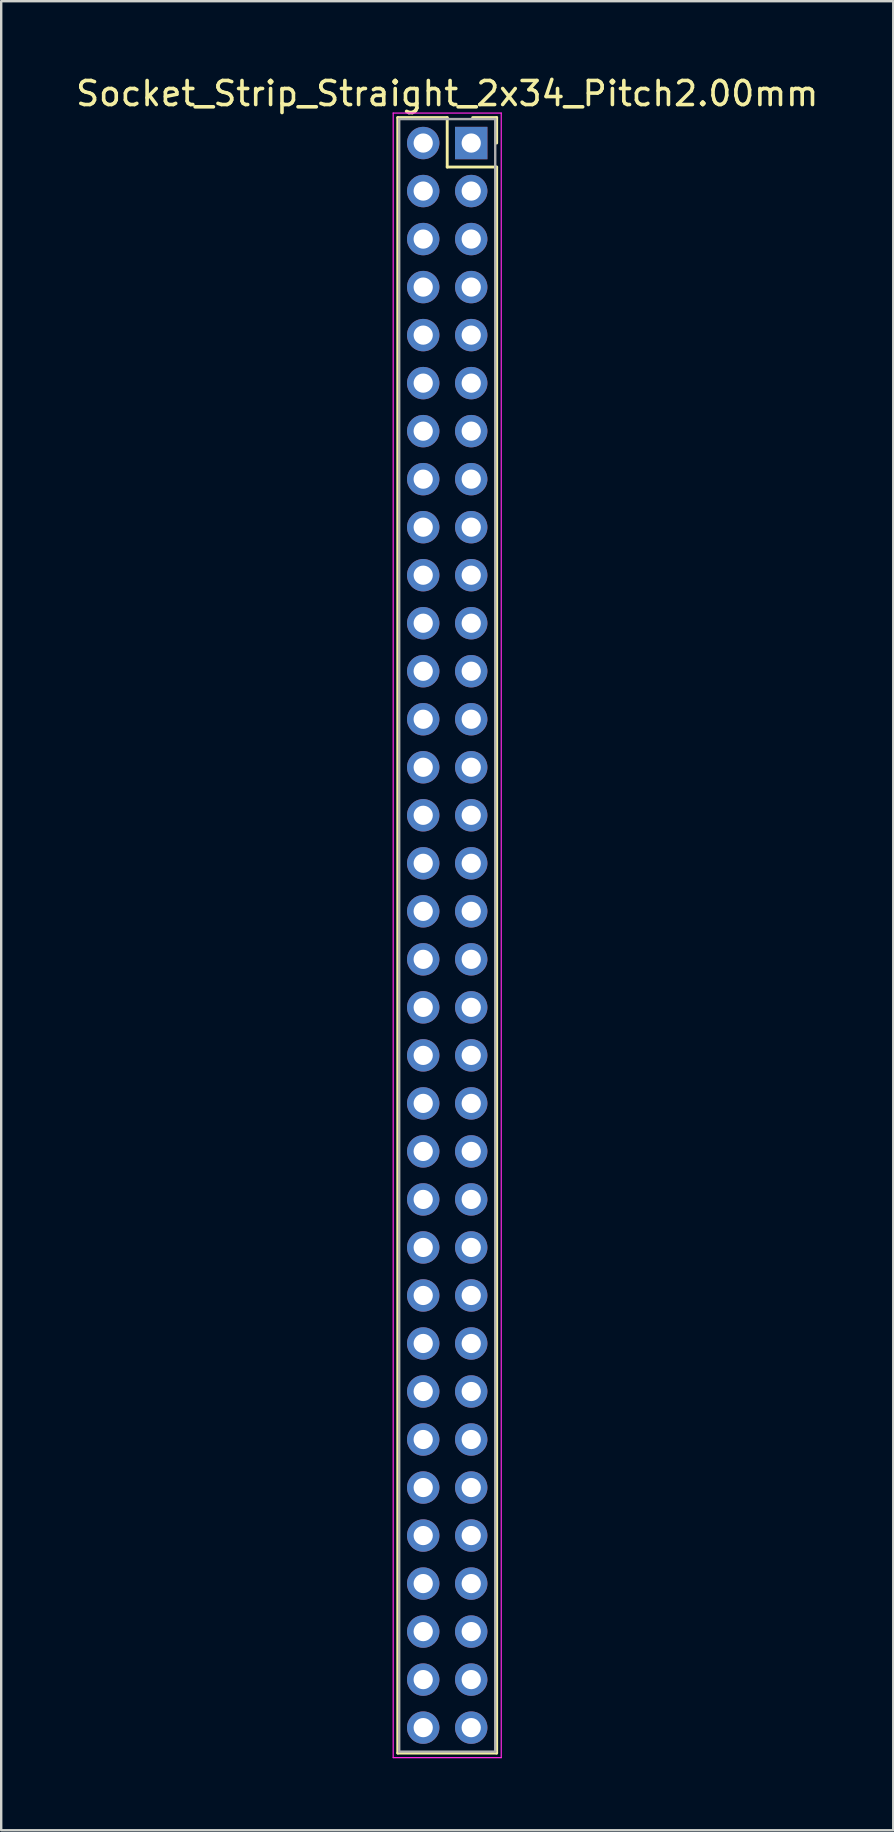
<source format=kicad_pcb>
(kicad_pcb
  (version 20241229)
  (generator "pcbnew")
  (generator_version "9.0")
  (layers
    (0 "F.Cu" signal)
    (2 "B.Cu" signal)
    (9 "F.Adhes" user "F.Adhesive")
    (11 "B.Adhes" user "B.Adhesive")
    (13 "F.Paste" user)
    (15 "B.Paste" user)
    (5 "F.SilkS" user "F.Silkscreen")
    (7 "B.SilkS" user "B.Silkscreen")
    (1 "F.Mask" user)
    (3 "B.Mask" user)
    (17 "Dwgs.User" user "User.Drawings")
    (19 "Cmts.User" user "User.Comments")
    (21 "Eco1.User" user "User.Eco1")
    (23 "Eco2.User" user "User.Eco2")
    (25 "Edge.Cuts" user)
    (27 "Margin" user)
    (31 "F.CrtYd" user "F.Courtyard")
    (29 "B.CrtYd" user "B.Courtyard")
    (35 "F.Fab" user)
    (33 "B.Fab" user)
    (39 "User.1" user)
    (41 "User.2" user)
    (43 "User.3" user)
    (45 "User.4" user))
  (footprint "Socket_Strip_Straight_2x34_Pitch2.00mm"
    (layer "F.Cu")
    (at 16.577 2.908)
    (property "Reference" "Socket_Strip_Straight_2x34_Pitch2.00mm" (at -1 -2.06 0) (layer "F.SilkS") (effects (font (size 1 1) (thickness 0.15))))
    (attr through_hole)
    (fp_line (start -3.06 -1.06) (end -1 -1.06) (stroke (width 0.12) (type solid)) (layer "F.SilkS"))
    (fp_line (start -3.06 67.06) (end -3.06 -1.06) (stroke (width 0.12) (type solid)) (layer "F.SilkS"))
    (fp_line (start -1 -1.06) (end -1 1) (stroke (width 0.12) (type solid)) (layer "F.SilkS"))
    (fp_line (start -1 1) (end 1.06 1) (stroke (width 0.12) (type solid)) (layer "F.SilkS"))
    (fp_line (start 1.06 -1.06) (end 0.06 -1.06) (stroke (width 0.12) (type solid)) (layer "F.SilkS"))
    (fp_line (start 1.06 0) (end 1.06 -1.06) (stroke (width 0.12) (type solid)) (layer "F.SilkS"))
    (fp_line (start 1.06 1) (end 1.06 67.06) (stroke (width 0.12) (type solid)) (layer "F.SilkS"))
    (fp_line (start 1.06 67.06) (end -3.06 67.06) (stroke (width 0.12) (type solid)) (layer "F.SilkS"))
    (fp_line (start -3.25 -1.25) (end -3.25 67.25) (stroke (width 0.05) (type solid)) (layer "F.CrtYd"))
    (fp_line (start -3.25 67.25) (end 1.25 67.25) (stroke (width 0.05) (type solid)) (layer "F.CrtYd"))
    (fp_line (start 1.25 -1.25) (end -3.25 -1.25) (stroke (width 0.05) (type solid)) (layer "F.CrtYd"))
    (fp_line (start 1.25 67.25) (end 1.25 -1.25) (stroke (width 0.05) (type solid)) (layer "F.CrtYd"))
    (fp_line (start -3 -1) (end -3 67) (stroke (width 0.1) (type solid)) (layer "F.Fab"))
    (fp_line (start -3 67) (end 1 67) (stroke (width 0.1) (type solid)) (layer "F.Fab"))
    (fp_line (start 1 -1) (end -3 -1) (stroke (width 0.1) (type solid)) (layer "F.Fab"))
    (fp_line (start 1 67) (end 1 -1) (stroke (width 0.1) (type solid)) (layer "F.Fab"))
    (pad "1" thru_hole rect (at 0 0) (size 1.35 1.35) (drill 0.8) (layers "*.Cu" "*.Mask"))
    (pad "2" thru_hole oval (at -2 0) (size 1.35 1.35) (drill 0.8) (layers "*.Cu" "*.Mask"))
    (pad "3" thru_hole oval (at 0 2) (size 1.35 1.35) (drill 0.8) (layers "*.Cu" "*.Mask"))
    (pad "4" thru_hole oval (at -2 2) (size 1.35 1.35) (drill 0.8) (layers "*.Cu" "*.Mask"))
    (pad "5" thru_hole oval (at 0 4) (size 1.35 1.35) (drill 0.8) (layers "*.Cu" "*.Mask"))
    (pad "6" thru_hole oval (at -2 4) (size 1.35 1.35) (drill 0.8) (layers "*.Cu" "*.Mask"))
    (pad "7" thru_hole oval (at 0 6) (size 1.35 1.35) (drill 0.8) (layers "*.Cu" "*.Mask"))
    (pad "8" thru_hole oval (at -2 6) (size 1.35 1.35) (drill 0.8) (layers "*.Cu" "*.Mask"))
    (pad "9" thru_hole oval (at 0 8) (size 1.35 1.35) (drill 0.8) (layers "*.Cu" "*.Mask"))
    (pad "10" thru_hole oval (at -2 8) (size 1.35 1.35) (drill 0.8) (layers "*.Cu" "*.Mask"))
    (pad "11" thru_hole oval (at 0 10) (size 1.35 1.35) (drill 0.8) (layers "*.Cu" "*.Mask"))
    (pad "12" thru_hole oval (at -2 10) (size 1.35 1.35) (drill 0.8) (layers "*.Cu" "*.Mask"))
    (pad "13" thru_hole oval (at 0 12) (size 1.35 1.35) (drill 0.8) (layers "*.Cu" "*.Mask"))
    (pad "14" thru_hole oval (at -2 12) (size 1.35 1.35) (drill 0.8) (layers "*.Cu" "*.Mask"))
    (pad "15" thru_hole oval (at 0 14) (size 1.35 1.35) (drill 0.8) (layers "*.Cu" "*.Mask"))
    (pad "16" thru_hole oval (at -2 14) (size 1.35 1.35) (drill 0.8) (layers "*.Cu" "*.Mask"))
    (pad "17" thru_hole oval (at 0 16) (size 1.35 1.35) (drill 0.8) (layers "*.Cu" "*.Mask"))
    (pad "18" thru_hole oval (at -2 16) (size 1.35 1.35) (drill 0.8) (layers "*.Cu" "*.Mask"))
    (pad "19" thru_hole oval (at 0 18) (size 1.35 1.35) (drill 0.8) (layers "*.Cu" "*.Mask"))
    (pad "20" thru_hole oval (at -2 18) (size 1.35 1.35) (drill 0.8) (layers "*.Cu" "*.Mask"))
    (pad "21" thru_hole oval (at 0 20) (size 1.35 1.35) (drill 0.8) (layers "*.Cu" "*.Mask"))
    (pad "22" thru_hole oval (at -2 20) (size 1.35 1.35) (drill 0.8) (layers "*.Cu" "*.Mask"))
    (pad "23" thru_hole oval (at 0 22) (size 1.35 1.35) (drill 0.8) (layers "*.Cu" "*.Mask"))
    (pad "24" thru_hole oval (at -2 22) (size 1.35 1.35) (drill 0.8) (layers "*.Cu" "*.Mask"))
    (pad "25" thru_hole oval (at 0 24) (size 1.35 1.35) (drill 0.8) (layers "*.Cu" "*.Mask"))
    (pad "26" thru_hole oval (at -2 24) (size 1.35 1.35) (drill 0.8) (layers "*.Cu" "*.Mask"))
    (pad "27" thru_hole oval (at 0 26) (size 1.35 1.35) (drill 0.8) (layers "*.Cu" "*.Mask"))
    (pad "28" thru_hole oval (at -2 26) (size 1.35 1.35) (drill 0.8) (layers "*.Cu" "*.Mask"))
    (pad "29" thru_hole oval (at 0 28) (size 1.35 1.35) (drill 0.8) (layers "*.Cu" "*.Mask"))
    (pad "30" thru_hole oval (at -2 28) (size 1.35 1.35) (drill 0.8) (layers "*.Cu" "*.Mask"))
    (pad "31" thru_hole oval (at 0 30) (size 1.35 1.35) (drill 0.8) (layers "*.Cu" "*.Mask"))
    (pad "32" thru_hole oval (at -2 30) (size 1.35 1.35) (drill 0.8) (layers "*.Cu" "*.Mask"))
    (pad "33" thru_hole oval (at 0 32) (size 1.35 1.35) (drill 0.8) (layers "*.Cu" "*.Mask"))
    (pad "34" thru_hole oval (at -2 32) (size 1.35 1.35) (drill 0.8) (layers "*.Cu" "*.Mask"))
    (pad "35" thru_hole oval (at 0 34) (size 1.35 1.35) (drill 0.8) (layers "*.Cu" "*.Mask"))
    (pad "36" thru_hole oval (at -2 34) (size 1.35 1.35) (drill 0.8) (layers "*.Cu" "*.Mask"))
    (pad "37" thru_hole oval (at 0 36) (size 1.35 1.35) (drill 0.8) (layers "*.Cu" "*.Mask"))
    (pad "38" thru_hole oval (at -2 36) (size 1.35 1.35) (drill 0.8) (layers "*.Cu" "*.Mask"))
    (pad "39" thru_hole oval (at 0 38) (size 1.35 1.35) (drill 0.8) (layers "*.Cu" "*.Mask"))
    (pad "40" thru_hole oval (at -2 38) (size 1.35 1.35) (drill 0.8) (layers "*.Cu" "*.Mask"))
    (pad "41" thru_hole oval (at 0 40) (size 1.35 1.35) (drill 0.8) (layers "*.Cu" "*.Mask"))
    (pad "42" thru_hole oval (at -2 40) (size 1.35 1.35) (drill 0.8) (layers "*.Cu" "*.Mask"))
    (pad "43" thru_hole oval (at 0 42) (size 1.35 1.35) (drill 0.8) (layers "*.Cu" "*.Mask"))
    (pad "44" thru_hole oval (at -2 42) (size 1.35 1.35) (drill 0.8) (layers "*.Cu" "*.Mask"))
    (pad "45" thru_hole oval (at 0 44) (size 1.35 1.35) (drill 0.8) (layers "*.Cu" "*.Mask"))
    (pad "46" thru_hole oval (at -2 44) (size 1.35 1.35) (drill 0.8) (layers "*.Cu" "*.Mask"))
    (pad "47" thru_hole oval (at 0 46) (size 1.35 1.35) (drill 0.8) (layers "*.Cu" "*.Mask"))
    (pad "48" thru_hole oval (at -2 46) (size 1.35 1.35) (drill 0.8) (layers "*.Cu" "*.Mask"))
    (pad "49" thru_hole oval (at 0 48) (size 1.35 1.35) (drill 0.8) (layers "*.Cu" "*.Mask"))
    (pad "50" thru_hole oval (at -2 48) (size 1.35 1.35) (drill 0.8) (layers "*.Cu" "*.Mask"))
    (pad "51" thru_hole oval (at 0 50) (size 1.35 1.35) (drill 0.8) (layers "*.Cu" "*.Mask"))
    (pad "52" thru_hole oval (at -2 50) (size 1.35 1.35) (drill 0.8) (layers "*.Cu" "*.Mask"))
    (pad "53" thru_hole oval (at 0 52) (size 1.35 1.35) (drill 0.8) (layers "*.Cu" "*.Mask"))
    (pad "54" thru_hole oval (at -2 52) (size 1.35 1.35) (drill 0.8) (layers "*.Cu" "*.Mask"))
    (pad "55" thru_hole oval (at 0 54) (size 1.35 1.35) (drill 0.8) (layers "*.Cu" "*.Mask"))
    (pad "56" thru_hole oval (at -2 54) (size 1.35 1.35) (drill 0.8) (layers "*.Cu" "*.Mask"))
    (pad "57" thru_hole oval (at 0 56) (size 1.35 1.35) (drill 0.8) (layers "*.Cu" "*.Mask"))
    (pad "58" thru_hole oval (at -2 56) (size 1.35 1.35) (drill 0.8) (layers "*.Cu" "*.Mask"))
    (pad "59" thru_hole oval (at 0 58) (size 1.35 1.35) (drill 0.8) (layers "*.Cu" "*.Mask"))
    (pad "60" thru_hole oval (at -2 58) (size 1.35 1.35) (drill 0.8) (layers "*.Cu" "*.Mask"))
    (pad "61" thru_hole oval (at 0 60) (size 1.35 1.35) (drill 0.8) (layers "*.Cu" "*.Mask"))
    (pad "62" thru_hole oval (at -2 60) (size 1.35 1.35) (drill 0.8) (layers "*.Cu" "*.Mask"))
    (pad "63" thru_hole oval (at 0 62) (size 1.35 1.35) (drill 0.8) (layers "*.Cu" "*.Mask"))
    (pad "64" thru_hole oval (at -2 62) (size 1.35 1.35) (drill 0.8) (layers "*.Cu" "*.Mask"))
    (pad "65" thru_hole oval (at 0 64) (size 1.35 1.35) (drill 0.8) (layers "*.Cu" "*.Mask"))
    (pad "66" thru_hole oval (at -2 64) (size 1.35 1.35) (drill 0.8) (layers "*.Cu" "*.Mask"))
    (pad "67" thru_hole oval (at 0 66) (size 1.35 1.35) (drill 0.8) (layers "*.Cu" "*.Mask"))
    (pad "68" thru_hole oval (at -2 66) (size 1.35 1.35) (drill 0.8) (layers "*.Cu" "*.Mask")))
  (gr_rect
    (start -3 -3)
    (end 34.155 73.183)
    (stroke (width 0.1) (type default))
    (fill no)
    (layer "Edge.Cuts")))
</source>
